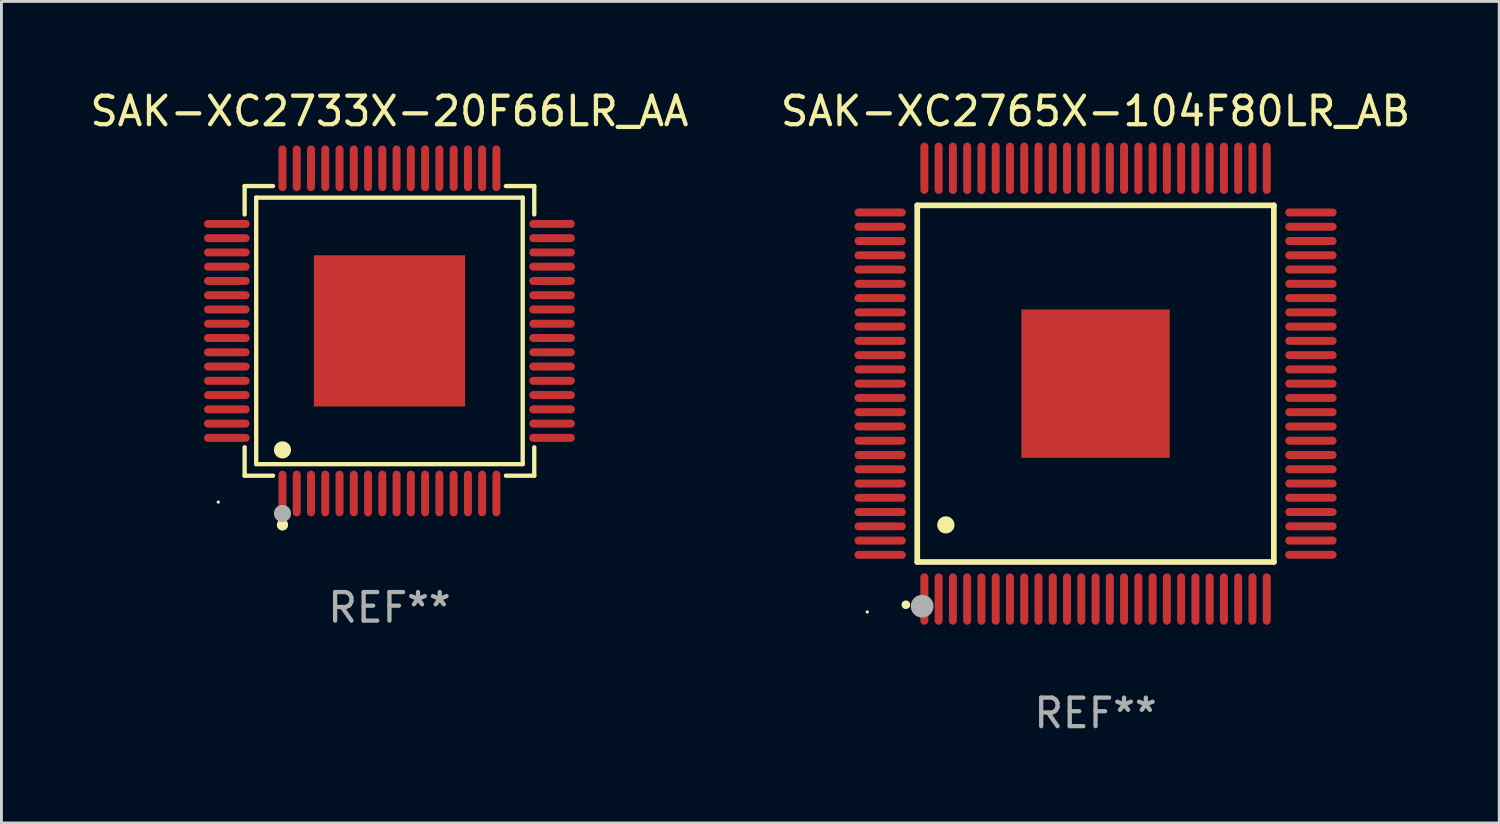
<source format=kicad_pcb>
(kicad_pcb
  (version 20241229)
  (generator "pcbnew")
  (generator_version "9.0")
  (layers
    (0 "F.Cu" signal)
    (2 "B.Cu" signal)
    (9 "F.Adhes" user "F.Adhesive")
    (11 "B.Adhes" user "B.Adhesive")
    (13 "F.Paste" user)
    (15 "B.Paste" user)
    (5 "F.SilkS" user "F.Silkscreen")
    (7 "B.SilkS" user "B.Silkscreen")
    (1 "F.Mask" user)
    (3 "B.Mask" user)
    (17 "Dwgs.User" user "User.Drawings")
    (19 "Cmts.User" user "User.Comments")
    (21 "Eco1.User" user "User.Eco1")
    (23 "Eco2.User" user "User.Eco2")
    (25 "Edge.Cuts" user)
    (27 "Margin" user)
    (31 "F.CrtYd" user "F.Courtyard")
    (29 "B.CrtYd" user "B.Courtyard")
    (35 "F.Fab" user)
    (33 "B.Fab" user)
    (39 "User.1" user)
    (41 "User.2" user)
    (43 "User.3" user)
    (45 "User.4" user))
  (footprint "SAK-XC2765X-104F80LR_AB"
    (layer "F.Cu")
    (at 35.351 10.398)
    (property "Reference" "SAK-XC2765X-104F80LR_AB" (at 0 -9.55 0) (layer "F.SilkS") (effects (font (size 1 1) (thickness 0.15))))
    (attr through_hole)
    (fp_line (start -6.25 -6.25) (end -6.25 6.25) (stroke (width 0.2) (type solid)) (layer "F.SilkS"))
    (fp_line (start -6.25 6.25) (end 6.25 6.25) (stroke (width 0.2) (type solid)) (layer "F.SilkS"))
    (fp_line (start 6.25 -6.25) (end -6.25 -6.25) (stroke (width 0.2) (type solid)) (layer "F.SilkS"))
    (fp_line (start 6.25 6.25) (end 6.25 -6.25) (stroke (width 0.2) (type solid)) (layer "F.SilkS"))
    (fp_arc (start -6.649733 7.749555) (mid -6.648463 7.74955) (end -6.647193 7.749555) (stroke (width 0.3) (type solid)) (layer "F.SilkS"))
    (fp_arc (start -5.250191 4.95047) (mid -5.247651 4.950459) (end -5.245111 4.95047) (stroke (width 0.6) (type solid)) (layer "F.SilkS"))
    (fp_circle (center -8.002 8.002) (end -7.972 8.002) (stroke (width 0.06) (type solid)) (fill no) (layer "F.SilkS"))
    (fp_circle (center -6.078 7.801) (end -5.878 7.801) (stroke (width 0.4) (type solid)) (fill no) (layer "F.Fab"))
    (fp_text user "REF**" (at 0 11.55 0) (layer "F.Fab") (effects (font (size 1 1) (thickness 0.15))))
    (pad "1" smd oval (at -6 7.55 180) (size 0.28 1.8) (layers "F.Cu" "F.Mask" "F.Paste"))
    (pad "2" smd oval (at -5.5 7.55 180) (size 0.28 1.8) (layers "F.Cu" "F.Mask" "F.Paste"))
    (pad "3" smd oval (at -5 7.55 180) (size 0.28 1.8) (layers "F.Cu" "F.Mask" "F.Paste"))
    (pad "4" smd oval (at -4.5 7.55 180) (size 0.28 1.8) (layers "F.Cu" "F.Mask" "F.Paste"))
    (pad "5" smd oval (at -4 7.55 180) (size 0.28 1.8) (layers "F.Cu" "F.Mask" "F.Paste"))
    (pad "6" smd oval (at -3.5 7.55 180) (size 0.28 1.8) (layers "F.Cu" "F.Mask" "F.Paste"))
    (pad "7" smd oval (at -3 7.55 180) (size 0.28 1.8) (layers "F.Cu" "F.Mask" "F.Paste"))
    (pad "8" smd oval (at -2.5 7.55 180) (size 0.28 1.8) (layers "F.Cu" "F.Mask" "F.Paste"))
    (pad "9" smd oval (at -2 7.55 180) (size 0.28 1.8) (layers "F.Cu" "F.Mask" "F.Paste"))
    (pad "10" smd oval (at -1.5 7.55 180) (size 0.28 1.8) (layers "F.Cu" "F.Mask" "F.Paste"))
    (pad "11" smd oval (at -1 7.55 180) (size 0.28 1.8) (layers "F.Cu" "F.Mask" "F.Paste"))
    (pad "12" smd oval (at -0.5 7.55 180) (size 0.28 1.8) (layers "F.Cu" "F.Mask" "F.Paste"))
    (pad "13" smd oval (at 0 7.55 180) (size 0.28 1.8) (layers "F.Cu" "F.Mask" "F.Paste"))
    (pad "14" smd oval (at 0.5 7.55 180) (size 0.28 1.8) (layers "F.Cu" "F.Mask" "F.Paste"))
    (pad "15" smd oval (at 1 7.55 180) (size 0.28 1.8) (layers "F.Cu" "F.Mask" "F.Paste"))
    (pad "16" smd oval (at 1.5 7.55 180) (size 0.28 1.8) (layers "F.Cu" "F.Mask" "F.Paste"))
    (pad "17" smd oval (at 2 7.55 180) (size 0.28 1.8) (layers "F.Cu" "F.Mask" "F.Paste"))
    (pad "18" smd oval (at 2.5 7.55 180) (size 0.28 1.8) (layers "F.Cu" "F.Mask" "F.Paste"))
    (pad "19" smd oval (at 3 7.55 180) (size 0.28 1.8) (layers "F.Cu" "F.Mask" "F.Paste"))
    (pad "20" smd oval (at 3.5 7.55 180) (size 0.28 1.8) (layers "F.Cu" "F.Mask" "F.Paste"))
    (pad "21" smd oval (at 4 7.55 180) (size 0.28 1.8) (layers "F.Cu" "F.Mask" "F.Paste"))
    (pad "22" smd oval (at 4.5 7.55 180) (size 0.28 1.8) (layers "F.Cu" "F.Mask" "F.Paste"))
    (pad "23" smd oval (at 5 7.55 180) (size 0.28 1.8) (layers "F.Cu" "F.Mask" "F.Paste"))
    (pad "24" smd oval (at 5.5 7.55 180) (size 0.28 1.8) (layers "F.Cu" "F.Mask" "F.Paste"))
    (pad "25" smd oval (at 6 7.55 180) (size 0.28 1.8) (layers "F.Cu" "F.Mask" "F.Paste"))
    (pad "26" smd oval (at 7.55 6 90) (size 0.28 1.8) (layers "F.Cu" "F.Mask" "F.Paste"))
    (pad "27" smd oval (at 7.55 5.5 90) (size 0.28 1.8) (layers "F.Cu" "F.Mask" "F.Paste"))
    (pad "28" smd oval (at 7.55 5 90) (size 0.28 1.8) (layers "F.Cu" "F.Mask" "F.Paste"))
    (pad "29" smd oval (at 7.55 4.5 90) (size 0.28 1.8) (layers "F.Cu" "F.Mask" "F.Paste"))
    (pad "30" smd oval (at 7.55 4 90) (size 0.28 1.8) (layers "F.Cu" "F.Mask" "F.Paste"))
    (pad "31" smd oval (at 7.55 3.5 90) (size 0.28 1.8) (layers "F.Cu" "F.Mask" "F.Paste"))
    (pad "32" smd oval (at 7.55 3 90) (size 0.28 1.8) (layers "F.Cu" "F.Mask" "F.Paste"))
    (pad "33" smd oval (at 7.55 2.5 90) (size 0.28 1.8) (layers "F.Cu" "F.Mask" "F.Paste"))
    (pad "34" smd oval (at 7.55 2 90) (size 0.28 1.8) (layers "F.Cu" "F.Mask" "F.Paste"))
    (pad "35" smd oval (at 7.55 1.5 90) (size 0.28 1.8) (layers "F.Cu" "F.Mask" "F.Paste"))
    (pad "36" smd oval (at 7.55 1 90) (size 0.28 1.8) (layers "F.Cu" "F.Mask" "F.Paste"))
    (pad "37" smd oval (at 7.55 0.5 90) (size 0.28 1.8) (layers "F.Cu" "F.Mask" "F.Paste"))
    (pad "38" smd oval (at 7.55 0 90) (size 0.28 1.8) (layers "F.Cu" "F.Mask" "F.Paste"))
    (pad "39" smd oval (at 7.55 -0.5 90) (size 0.28 1.8) (layers "F.Cu" "F.Mask" "F.Paste"))
    (pad "40" smd oval (at 7.55 -1 90) (size 0.28 1.8) (layers "F.Cu" "F.Mask" "F.Paste"))
    (pad "41" smd oval (at 7.55 -1.5 90) (size 0.28 1.8) (layers "F.Cu" "F.Mask" "F.Paste"))
    (pad "42" smd oval (at 7.55 -2 90) (size 0.28 1.8) (layers "F.Cu" "F.Mask" "F.Paste"))
    (pad "43" smd oval (at 7.55 -2.5 90) (size 0.28 1.8) (layers "F.Cu" "F.Mask" "F.Paste"))
    (pad "44" smd oval (at 7.55 -3 90) (size 0.28 1.8) (layers "F.Cu" "F.Mask" "F.Paste"))
    (pad "45" smd oval (at 7.55 -3.5 90) (size 0.28 1.8) (layers "F.Cu" "F.Mask" "F.Paste"))
    (pad "46" smd oval (at 7.55 -4 90) (size 0.28 1.8) (layers "F.Cu" "F.Mask" "F.Paste"))
    (pad "47" smd oval (at 7.55 -4.5 90) (size 0.28 1.8) (layers "F.Cu" "F.Mask" "F.Paste"))
    (pad "48" smd oval (at 7.55 -5 90) (size 0.28 1.8) (layers "F.Cu" "F.Mask" "F.Paste"))
    (pad "49" smd oval (at 7.55 -5.5 90) (size 0.28 1.8) (layers "F.Cu" "F.Mask" "F.Paste"))
    (pad "50" smd oval (at 7.55 -6 90) (size 0.28 1.8) (layers "F.Cu" "F.Mask" "F.Paste"))
    (pad "51" smd oval (at 6 -7.55 180) (size 0.28 1.8) (layers "F.Cu" "F.Mask" "F.Paste"))
    (pad "52" smd oval (at 5.5 -7.55 180) (size 0.28 1.8) (layers "F.Cu" "F.Mask" "F.Paste"))
    (pad "53" smd oval (at 5 -7.55 180) (size 0.28 1.8) (layers "F.Cu" "F.Mask" "F.Paste"))
    (pad "54" smd oval (at 4.5 -7.55 180) (size 0.28 1.8) (layers "F.Cu" "F.Mask" "F.Paste"))
    (pad "55" smd oval (at 4 -7.55 180) (size 0.28 1.8) (layers "F.Cu" "F.Mask" "F.Paste"))
    (pad "56" smd oval (at 3.5 -7.55 180) (size 0.28 1.8) (layers "F.Cu" "F.Mask" "F.Paste"))
    (pad "57" smd oval (at 3 -7.55 180) (size 0.28 1.8) (layers "F.Cu" "F.Mask" "F.Paste"))
    (pad "58" smd oval (at 2.5 -7.55 180) (size 0.28 1.8) (layers "F.Cu" "F.Mask" "F.Paste"))
    (pad "59" smd oval (at 2 -7.55 180) (size 0.28 1.8) (layers "F.Cu" "F.Mask" "F.Paste"))
    (pad "60" smd oval (at 1.5 -7.55 180) (size 0.28 1.8) (layers "F.Cu" "F.Mask" "F.Paste"))
    (pad "61" smd oval (at 1 -7.55 180) (size 0.28 1.8) (layers "F.Cu" "F.Mask" "F.Paste"))
    (pad "62" smd oval (at 0.5 -7.55 180) (size 0.28 1.8) (layers "F.Cu" "F.Mask" "F.Paste"))
    (pad "63" smd oval (at 0 -7.55 180) (size 0.28 1.8) (layers "F.Cu" "F.Mask" "F.Paste"))
    (pad "64" smd oval (at -0.5 -7.55 180) (size 0.28 1.8) (layers "F.Cu" "F.Mask" "F.Paste"))
    (pad "65" smd oval (at -1 -7.55 180) (size 0.28 1.8) (layers "F.Cu" "F.Mask" "F.Paste"))
    (pad "66" smd oval (at -1.5 -7.55 180) (size 0.28 1.8) (layers "F.Cu" "F.Mask" "F.Paste"))
    (pad "67" smd oval (at -2 -7.55 180) (size 0.28 1.8) (layers "F.Cu" "F.Mask" "F.Paste"))
    (pad "68" smd oval (at -2.5 -7.55 180) (size 0.28 1.8) (layers "F.Cu" "F.Mask" "F.Paste"))
    (pad "69" smd oval (at -3 -7.55 180) (size 0.28 1.8) (layers "F.Cu" "F.Mask" "F.Paste"))
    (pad "70" smd oval (at -3.5 -7.55 180) (size 0.28 1.8) (layers "F.Cu" "F.Mask" "F.Paste"))
    (pad "71" smd oval (at -4 -7.55 180) (size 0.28 1.8) (layers "F.Cu" "F.Mask" "F.Paste"))
    (pad "72" smd oval (at -4.5 -7.55 180) (size 0.28 1.8) (layers "F.Cu" "F.Mask" "F.Paste"))
    (pad "73" smd oval (at -5 -7.55 180) (size 0.28 1.8) (layers "F.Cu" "F.Mask" "F.Paste"))
    (pad "74" smd oval (at -5.5 -7.55 180) (size 0.28 1.8) (layers "F.Cu" "F.Mask" "F.Paste"))
    (pad "75" smd oval (at -6 -7.55 180) (size 0.28 1.8) (layers "F.Cu" "F.Mask" "F.Paste"))
    (pad "76" smd oval (at -7.55 -6 90) (size 0.28 1.8) (layers "F.Cu" "F.Mask" "F.Paste"))
    (pad "77" smd oval (at -7.55 -5.5 90) (size 0.28 1.8) (layers "F.Cu" "F.Mask" "F.Paste"))
    (pad "78" smd oval (at -7.55 -5 90) (size 0.28 1.8) (layers "F.Cu" "F.Mask" "F.Paste"))
    (pad "79" smd oval (at -7.55 -4.5 90) (size 0.28 1.8) (layers "F.Cu" "F.Mask" "F.Paste"))
    (pad "80" smd oval (at -7.55 -4 90) (size 0.28 1.8) (layers "F.Cu" "F.Mask" "F.Paste"))
    (pad "81" smd oval (at -7.55 -3.5 90) (size 0.28 1.8) (layers "F.Cu" "F.Mask" "F.Paste"))
    (pad "82" smd oval (at -7.55 -3 90) (size 0.28 1.8) (layers "F.Cu" "F.Mask" "F.Paste"))
    (pad "83" smd oval (at -7.55 -2.5 90) (size 0.28 1.8) (layers "F.Cu" "F.Mask" "F.Paste"))
    (pad "84" smd oval (at -7.55 -2 90) (size 0.28 1.8) (layers "F.Cu" "F.Mask" "F.Paste"))
    (pad "85" smd oval (at -7.55 -1.5 90) (size 0.28 1.8) (layers "F.Cu" "F.Mask" "F.Paste"))
    (pad "86" smd oval (at -7.55 -1 90) (size 0.28 1.8) (layers "F.Cu" "F.Mask" "F.Paste"))
    (pad "87" smd oval (at -7.55 -0.5 90) (size 0.28 1.8) (layers "F.Cu" "F.Mask" "F.Paste"))
    (pad "88" smd oval (at -7.55 0 90) (size 0.28 1.8) (layers "F.Cu" "F.Mask" "F.Paste"))
    (pad "89" smd oval (at -7.55 0.5 90) (size 0.28 1.8) (layers "F.Cu" "F.Mask" "F.Paste"))
    (pad "90" smd oval (at -7.55 1 90) (size 0.28 1.8) (layers "F.Cu" "F.Mask" "F.Paste"))
    (pad "91" smd oval (at -7.55 1.5 90) (size 0.28 1.8) (layers "F.Cu" "F.Mask" "F.Paste"))
    (pad "92" smd oval (at -7.55 2 90) (size 0.28 1.8) (layers "F.Cu" "F.Mask" "F.Paste"))
    (pad "93" smd oval (at -7.55 2.5 90) (size 0.28 1.8) (layers "F.Cu" "F.Mask" "F.Paste"))
    (pad "94" smd oval (at -7.55 3 90) (size 0.28 1.8) (layers "F.Cu" "F.Mask" "F.Paste"))
    (pad "95" smd oval (at -7.55 3.5 90) (size 0.28 1.8) (layers "F.Cu" "F.Mask" "F.Paste"))
    (pad "96" smd oval (at -7.55 4 90) (size 0.28 1.8) (layers "F.Cu" "F.Mask" "F.Paste"))
    (pad "97" smd oval (at -7.55 4.5 90) (size 0.28 1.8) (layers "F.Cu" "F.Mask" "F.Paste"))
    (pad "98" smd oval (at -7.55 5 90) (size 0.28 1.8) (layers "F.Cu" "F.Mask" "F.Paste"))
    (pad "99" smd oval (at -7.55 5.5 90) (size 0.28 1.8) (layers "F.Cu" "F.Mask" "F.Paste"))
    (pad "100" smd oval (at -7.55 6 90) (size 0.28 1.8) (layers "F.Cu" "F.Mask" "F.Paste"))
    (pad "101" smd rect (at 0 0) (size 5.2 5.2) (layers "F.Cu" "F.Mask" "F.Paste")))
  (footprint "SAK-XC2733X-20F66LR_AA"
    (layer "F.Cu")
    (at 10.601 8.548)
    (property "Reference" "SAK-XC2733X-20F66LR_AA" (at 0 -7.7 0) (layer "F.SilkS") (effects (font (size 1 1) (thickness 0.15))))
    (attr through_hole)
    (fp_line (start -5.076 -5.076) (end -4.081 -5.076) (stroke (width 0.152) (type solid)) (layer "F.SilkS"))
    (fp_line (start -5.076 -4.081) (end -5.076 -5.076) (stroke (width 0.152) (type solid)) (layer "F.SilkS"))
    (fp_line (start -5.076 4.081) (end -5.076 5.076) (stroke (width 0.152) (type solid)) (layer "F.SilkS"))
    (fp_line (start -5.076 5.076) (end -4.081 5.076) (stroke (width 0.152) (type solid)) (layer "F.SilkS"))
    (fp_line (start -4.671 -4.671) (end 4.671 -4.671) (stroke (width 0.152) (type solid)) (layer "F.SilkS"))
    (fp_line (start -4.671 4.671) (end -4.671 -4.671) (stroke (width 0.152) (type solid)) (layer "F.SilkS"))
    (fp_line (start 4.671 -4.671) (end 4.671 4.671) (stroke (width 0.152) (type solid)) (layer "F.SilkS"))
    (fp_line (start 4.671 4.671) (end -4.671 4.671) (stroke (width 0.152) (type solid)) (layer "F.SilkS"))
    (fp_line (start 5.076 -5.076) (end 4.081 -5.076) (stroke (width 0.152) (type solid)) (layer "F.SilkS"))
    (fp_line (start 5.076 -4.081) (end 5.076 -5.076) (stroke (width 0.152) (type solid)) (layer "F.SilkS"))
    (fp_line (start 5.076 4.081) (end 5.076 5.076) (stroke (width 0.152) (type solid)) (layer "F.SilkS"))
    (fp_line (start 5.076 5.076) (end 4.081 5.076) (stroke (width 0.152) (type solid)) (layer "F.SilkS"))
    (fp_circle (center -6 6) (end -5.97 6) (stroke (width 0.06) (type solid)) (fill no) (layer "F.SilkS"))
    (fp_circle (center -3.75 4.171) (end -3.6 4.171) (stroke (width 0.3) (type solid)) (fill no) (layer "F.SilkS"))
    (fp_circle (center -3.75 6.8) (end -3.65 6.8) (stroke (width 0.2) (type solid)) (fill no) (layer "F.SilkS"))
    (fp_circle (center -3.75 6.4) (end -3.6 6.4) (stroke (width 0.3) (type solid)) (fill no) (layer "F.Fab"))
    (fp_text user "REF**" (at 0 9.7 0) (layer "F.Fab") (effects (font (size 1 1) (thickness 0.15))))
    (pad "1" smd oval (at -3.75 5.7) (size 0.28 1.6) (layers "F.Cu" "F.Mask" "F.Paste"))
    (pad "2" smd oval (at -3.25 5.7) (size 0.28 1.6) (layers "F.Cu" "F.Mask" "F.Paste"))
    (pad "3" smd oval (at -2.75 5.7) (size 0.28 1.6) (layers "F.Cu" "F.Mask" "F.Paste"))
    (pad "4" smd oval (at -2.25 5.7) (size 0.28 1.6) (layers "F.Cu" "F.Mask" "F.Paste"))
    (pad "5" smd oval (at -1.75 5.7) (size 0.28 1.6) (layers "F.Cu" "F.Mask" "F.Paste"))
    (pad "6" smd oval (at -1.25 5.7) (size 0.28 1.6) (layers "F.Cu" "F.Mask" "F.Paste"))
    (pad "7" smd oval (at -0.75 5.7) (size 0.28 1.6) (layers "F.Cu" "F.Mask" "F.Paste"))
    (pad "8" smd oval (at -0.25 5.7) (size 0.28 1.6) (layers "F.Cu" "F.Mask" "F.Paste"))
    (pad "9" smd oval (at 0.25 5.7) (size 0.28 1.6) (layers "F.Cu" "F.Mask" "F.Paste"))
    (pad "10" smd oval (at 0.75 5.7) (size 0.28 1.6) (layers "F.Cu" "F.Mask" "F.Paste"))
    (pad "11" smd oval (at 1.25 5.7) (size 0.28 1.6) (layers "F.Cu" "F.Mask" "F.Paste"))
    (pad "12" smd oval (at 1.75 5.7) (size 0.28 1.6) (layers "F.Cu" "F.Mask" "F.Paste"))
    (pad "13" smd oval (at 2.25 5.7) (size 0.28 1.6) (layers "F.Cu" "F.Mask" "F.Paste"))
    (pad "14" smd oval (at 2.75 5.7) (size 0.28 1.6) (layers "F.Cu" "F.Mask" "F.Paste"))
    (pad "15" smd oval (at 3.25 5.7) (size 0.28 1.6) (layers "F.Cu" "F.Mask" "F.Paste"))
    (pad "16" smd oval (at 3.75 5.7) (size 0.28 1.6) (layers "F.Cu" "F.Mask" "F.Paste"))
    (pad "17" smd oval (at 5.7 3.75) (size 1.6 0.28) (layers "F.Cu" "F.Mask" "F.Paste"))
    (pad "18" smd oval (at 5.7 3.25) (size 1.6 0.28) (layers "F.Cu" "F.Mask" "F.Paste"))
    (pad "19" smd oval (at 5.7 2.75) (size 1.6 0.28) (layers "F.Cu" "F.Mask" "F.Paste"))
    (pad "20" smd oval (at 5.7 2.25) (size 1.6 0.28) (layers "F.Cu" "F.Mask" "F.Paste"))
    (pad "21" smd oval (at 5.7 1.75) (size 1.6 0.28) (layers "F.Cu" "F.Mask" "F.Paste"))
    (pad "22" smd oval (at 5.7 1.25) (size 1.6 0.28) (layers "F.Cu" "F.Mask" "F.Paste"))
    (pad "23" smd oval (at 5.7 0.75) (size 1.6 0.28) (layers "F.Cu" "F.Mask" "F.Paste"))
    (pad "24" smd oval (at 5.7 0.25) (size 1.6 0.28) (layers "F.Cu" "F.Mask" "F.Paste"))
    (pad "25" smd oval (at 5.7 -0.25) (size 1.6 0.28) (layers "F.Cu" "F.Mask" "F.Paste"))
    (pad "26" smd oval (at 5.7 -0.75) (size 1.6 0.28) (layers "F.Cu" "F.Mask" "F.Paste"))
    (pad "27" smd oval (at 5.7 -1.25) (size 1.6 0.28) (layers "F.Cu" "F.Mask" "F.Paste"))
    (pad "28" smd oval (at 5.7 -1.75) (size 1.6 0.28) (layers "F.Cu" "F.Mask" "F.Paste"))
    (pad "29" smd oval (at 5.7 -2.25) (size 1.6 0.28) (layers "F.Cu" "F.Mask" "F.Paste"))
    (pad "30" smd oval (at 5.7 -2.75) (size 1.6 0.28) (layers "F.Cu" "F.Mask" "F.Paste"))
    (pad "31" smd oval (at 5.7 -3.25) (size 1.6 0.28) (layers "F.Cu" "F.Mask" "F.Paste"))
    (pad "32" smd oval (at 5.7 -3.75) (size 1.6 0.28) (layers "F.Cu" "F.Mask" "F.Paste"))
    (pad "33" smd oval (at 3.75 -5.7) (size 0.28 1.6) (layers "F.Cu" "F.Mask" "F.Paste"))
    (pad "34" smd oval (at 3.25 -5.7) (size 0.28 1.6) (layers "F.Cu" "F.Mask" "F.Paste"))
    (pad "35" smd oval (at 2.75 -5.7) (size 0.28 1.6) (layers "F.Cu" "F.Mask" "F.Paste"))
    (pad "36" smd oval (at 2.25 -5.7) (size 0.28 1.6) (layers "F.Cu" "F.Mask" "F.Paste"))
    (pad "37" smd oval (at 1.75 -5.7) (size 0.28 1.6) (layers "F.Cu" "F.Mask" "F.Paste"))
    (pad "38" smd oval (at 1.25 -5.7) (size 0.28 1.6) (layers "F.Cu" "F.Mask" "F.Paste"))
    (pad "39" smd oval (at 0.75 -5.7) (size 0.28 1.6) (layers "F.Cu" "F.Mask" "F.Paste"))
    (pad "40" smd oval (at 0.25 -5.7) (size 0.28 1.6) (layers "F.Cu" "F.Mask" "F.Paste"))
    (pad "41" smd oval (at -0.25 -5.7) (size 0.28 1.6) (layers "F.Cu" "F.Mask" "F.Paste"))
    (pad "42" smd oval (at -0.75 -5.7) (size 0.28 1.6) (layers "F.Cu" "F.Mask" "F.Paste"))
    (pad "43" smd oval (at -1.25 -5.7) (size 0.28 1.6) (layers "F.Cu" "F.Mask" "F.Paste"))
    (pad "44" smd oval (at -1.75 -5.7) (size 0.28 1.6) (layers "F.Cu" "F.Mask" "F.Paste"))
    (pad "45" smd oval (at -2.25 -5.7) (size 0.28 1.6) (layers "F.Cu" "F.Mask" "F.Paste"))
    (pad "46" smd oval (at -2.75 -5.7) (size 0.28 1.6) (layers "F.Cu" "F.Mask" "F.Paste"))
    (pad "47" smd oval (at -3.25 -5.7) (size 0.28 1.6) (layers "F.Cu" "F.Mask" "F.Paste"))
    (pad "48" smd oval (at -3.75 -5.7) (size 0.28 1.6) (layers "F.Cu" "F.Mask" "F.Paste"))
    (pad "49" smd oval (at -5.7 -3.75) (size 1.6 0.28) (layers "F.Cu" "F.Mask" "F.Paste"))
    (pad "50" smd oval (at -5.7 -3.25) (size 1.6 0.28) (layers "F.Cu" "F.Mask" "F.Paste"))
    (pad "51" smd oval (at -5.7 -2.75) (size 1.6 0.28) (layers "F.Cu" "F.Mask" "F.Paste"))
    (pad "52" smd oval (at -5.7 -2.25) (size 1.6 0.28) (layers "F.Cu" "F.Mask" "F.Paste"))
    (pad "53" smd oval (at -5.7 -1.75) (size 1.6 0.28) (layers "F.Cu" "F.Mask" "F.Paste"))
    (pad "54" smd oval (at -5.7 -1.25) (size 1.6 0.28) (layers "F.Cu" "F.Mask" "F.Paste"))
    (pad "55" smd oval (at -5.7 -0.75) (size 1.6 0.28) (layers "F.Cu" "F.Mask" "F.Paste"))
    (pad "56" smd oval (at -5.7 -0.25) (size 1.6 0.28) (layers "F.Cu" "F.Mask" "F.Paste"))
    (pad "57" smd oval (at -5.7 0.25) (size 1.6 0.28) (layers "F.Cu" "F.Mask" "F.Paste"))
    (pad "58" smd oval (at -5.7 0.75) (size 1.6 0.28) (layers "F.Cu" "F.Mask" "F.Paste"))
    (pad "59" smd oval (at -5.7 1.25) (size 1.6 0.28) (layers "F.Cu" "F.Mask" "F.Paste"))
    (pad "60" smd oval (at -5.7 1.75) (size 1.6 0.28) (layers "F.Cu" "F.Mask" "F.Paste"))
    (pad "61" smd oval (at -5.7 2.25) (size 1.6 0.28) (layers "F.Cu" "F.Mask" "F.Paste"))
    (pad "62" smd oval (at -5.7 2.75) (size 1.6 0.28) (layers "F.Cu" "F.Mask" "F.Paste"))
    (pad "63" smd oval (at -5.7 3.25) (size 1.6 0.28) (layers "F.Cu" "F.Mask" "F.Paste"))
    (pad "64" smd oval (at -5.7 3.75) (size 1.6 0.28) (layers "F.Cu" "F.Mask" "F.Paste"))
    (pad "65" smd rect (at 0 0) (size 5.3 5.3) (layers "F.Cu" "F.Mask" "F.Paste")))
  (gr_rect
    (start -3 -3)
    (end 49.5 25.796)
    (stroke (width 0.1) (type default))
    (fill no)
    (layer "Edge.Cuts")))
</source>
